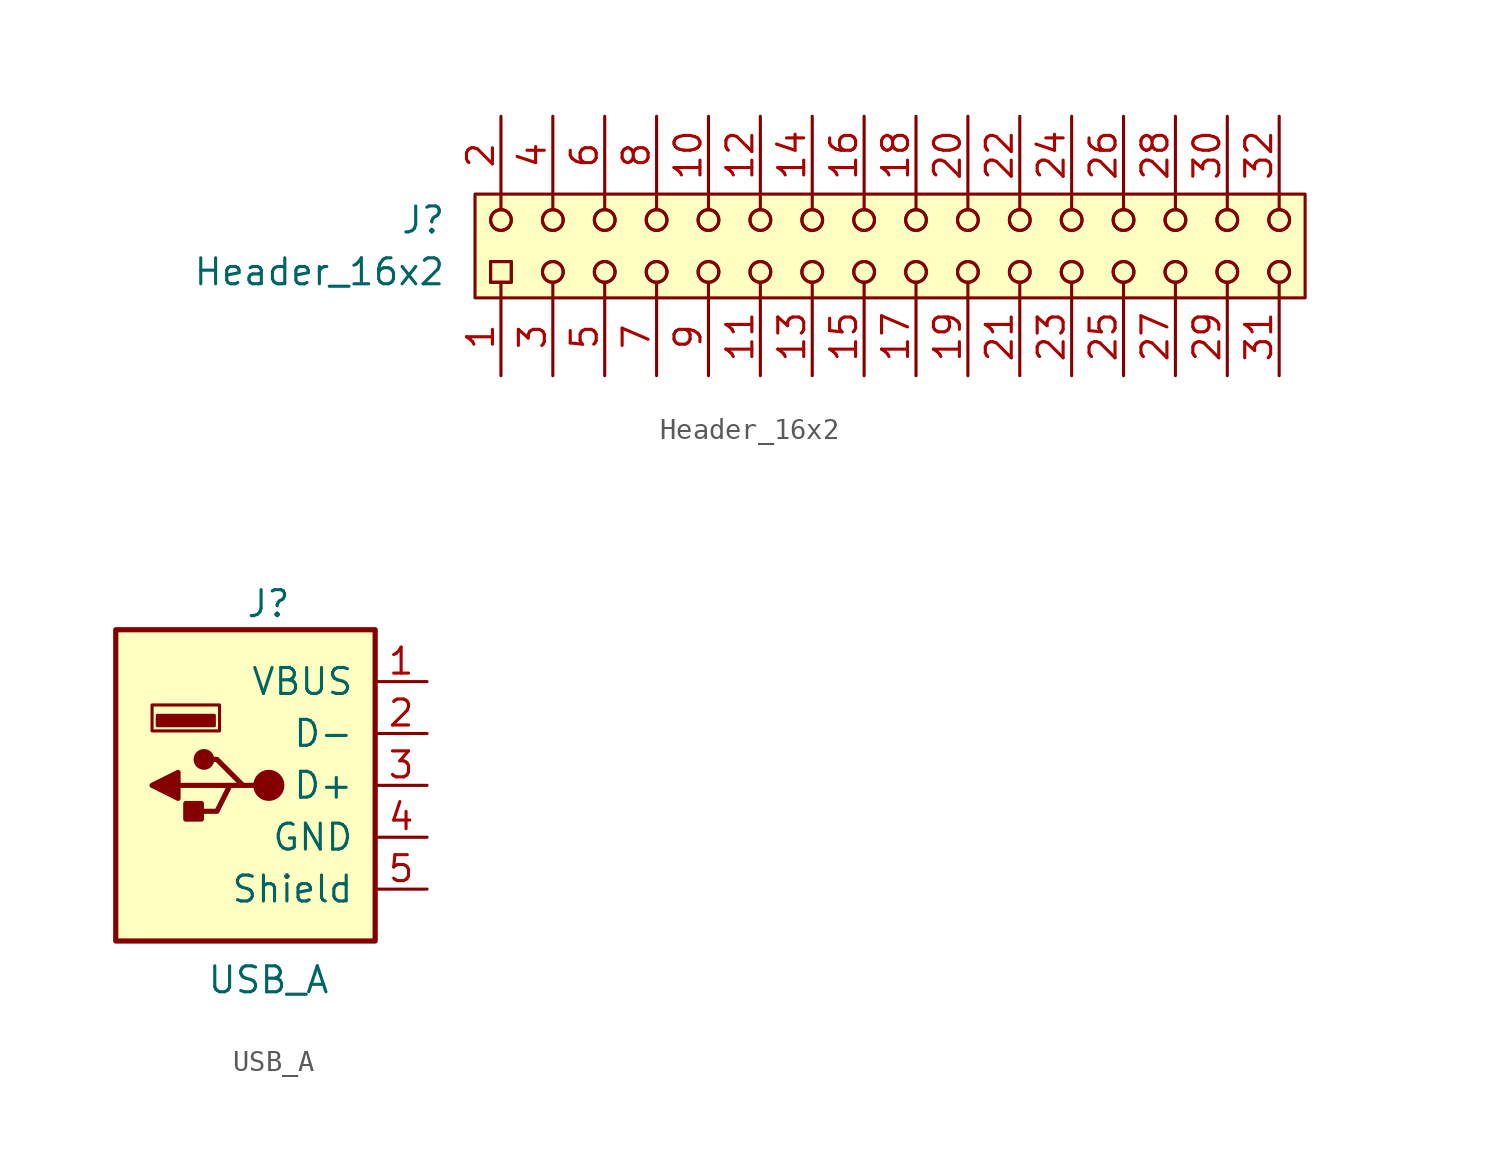
<source format=kicad_sym>
(kicad_symbol_lib
  (version 20220914)
  (generator kicad_symbol_editor)
  (symbol "Header_16x2"
    (pin_names hide)
    (property "Reference" "J"
      (at -21.59 2.54 0)
      (effects (font (size 1.27 1.27))))
    (property "Value" "Header_16x2"
      (at -26.67 0 0)
      (effects (font (size 1.27 1.27))))
    (symbol "Header_16x2_0_0"
      (pin passive line (at -17.78 -5.08 90) (length 3.81) (name "~" (effects (font (size 1.27 1.27)))) (number "1" (effects (font (size 1.27 1.27)))))
      (pin passive line (at -7.62 7.62 270) (length 3.81) (name "~" (effects (font (size 1.27 1.27)))) (number "10" (effects (font (size 1.27 1.27)))))
      (pin passive line (at -5.08 -5.08 90) (length 3.81) (name "~" (effects (font (size 1.27 1.27)))) (number "11" (effects (font (size 1.27 1.27)))))
      (pin passive line (at -5.08 7.62 270) (length 3.81) (name "~" (effects (font (size 1.27 1.27)))) (number "12" (effects (font (size 1.27 1.27)))))
      (pin passive line (at -2.54 -5.08 90) (length 3.81) (name "~" (effects (font (size 1.27 1.27)))) (number "13" (effects (font (size 1.27 1.27)))))
      (pin passive line (at -2.54 7.62 270) (length 3.81) (name "~" (effects (font (size 1.27 1.27)))) (number "14" (effects (font (size 1.27 1.27)))))
      (pin passive line (at 0 -5.08 90) (length 3.81) (name "~" (effects (font (size 1.27 1.27)))) (number "15" (effects (font (size 1.27 1.27)))))
      (pin passive line (at 0 7.62 270) (length 3.81) (name "~" (effects (font (size 1.27 1.27)))) (number "16" (effects (font (size 1.27 1.27)))))
      (pin passive line (at 2.54 -5.08 90) (length 3.81) (name "~" (effects (font (size 1.27 1.27)))) (number "17" (effects (font (size 1.27 1.27)))))
      (pin passive line (at 2.54 7.62 270) (length 3.81) (name "~" (effects (font (size 1.27 1.27)))) (number "18" (effects (font (size 1.27 1.27)))))
      (pin passive line (at 5.08 -5.08 90) (length 3.81) (name "~" (effects (font (size 1.27 1.27)))) (number "19" (effects (font (size 1.27 1.27)))))
      (pin passive line (at -17.78 7.62 270) (length 3.81) (name "~" (effects (font (size 1.27 1.27)))) (number "2" (effects (font (size 1.27 1.27)))))
      (pin passive line (at 5.08 7.62 270) (length 3.81) (name "~" (effects (font (size 1.27 1.27)))) (number "20" (effects (font (size 1.27 1.27)))))
      (pin passive line (at 7.62 -5.08 90) (length 3.81) (name "~" (effects (font (size 1.27 1.27)))) (number "21" (effects (font (size 1.27 1.27)))))
      (pin passive line (at 7.62 7.62 270) (length 3.81) (name "~" (effects (font (size 1.27 1.27)))) (number "22" (effects (font (size 1.27 1.27)))))
      (pin passive line (at 10.16 -5.08 90) (length 3.81) (name "~" (effects (font (size 1.27 1.27)))) (number "23" (effects (font (size 1.27 1.27)))))
      (pin passive line (at 10.16 7.62 270) (length 3.81) (name "~" (effects (font (size 1.27 1.27)))) (number "24" (effects (font (size 1.27 1.27)))))
      (pin passive line (at 12.7 -5.08 90) (length 3.81) (name "~" (effects (font (size 1.27 1.27)))) (number "25" (effects (font (size 1.27 1.27)))))
      (pin passive line (at 12.7 7.62 270) (length 3.81) (name "~" (effects (font (size 1.27 1.27)))) (number "26" (effects (font (size 1.27 1.27)))))
      (pin passive line (at 15.24 -5.08 90) (length 3.81) (name "~" (effects (font (size 1.27 1.27)))) (number "27" (effects (font (size 1.27 1.27)))))
      (pin passive line (at 15.24 7.62 270) (length 3.81) (name "~" (effects (font (size 1.27 1.27)))) (number "28" (effects (font (size 1.27 1.27)))))
      (pin passive line (at 17.78 -5.08 90) (length 3.81) (name "~" (effects (font (size 1.27 1.27)))) (number "29" (effects (font (size 1.27 1.27)))))
      (pin passive line (at -15.24 -5.08 90) (length 3.81) (name "~" (effects (font (size 1.27 1.27)))) (number "3" (effects (font (size 1.27 1.27)))))
      (pin passive line (at 17.78 7.62 270) (length 3.81) (name "~" (effects (font (size 1.27 1.27)))) (number "30" (effects (font (size 1.27 1.27)))))
      (pin passive line (at 20.32 -5.08 90) (length 3.81) (name "~" (effects (font (size 1.27 1.27)))) (number "31" (effects (font (size 1.27 1.27)))))
      (pin passive line (at 20.32 7.62 270) (length 3.81) (name "~" (effects (font (size 1.27 1.27)))) (number "32" (effects (font (size 1.27 1.27)))))
      (pin passive line (at -15.24 7.62 270) (length 3.81) (name "~" (effects (font (size 1.27 1.27)))) (number "4" (effects (font (size 1.27 1.27)))))
      (pin passive line (at -12.7 -5.08 90) (length 3.81) (name "~" (effects (font (size 1.27 1.27)))) (number "5" (effects (font (size 1.27 1.27)))))
      (pin passive line (at -12.7 7.62 270) (length 3.81) (name "~" (effects (font (size 1.27 1.27)))) (number "6" (effects (font (size 1.27 1.27)))))
      (pin passive line (at -10.16 -5.08 90) (length 3.81) (name "~" (effects (font (size 1.27 1.27)))) (number "7" (effects (font (size 1.27 1.27)))))
      (pin passive line (at -10.16 7.62 270) (length 3.81) (name "~" (effects (font (size 1.27 1.27)))) (number "8" (effects (font (size 1.27 1.27)))))
      (pin passive line (at -7.62 -5.08 90) (length 3.81) (name "~" (effects (font (size 1.27 1.27)))) (number "9" (effects (font (size 1.27 1.27))))))
    (symbol "Header_16x2_0_1"
      (rectangle (start -19.05 3.81) (end 21.59 -1.27) (stroke (width 0.152) (type default)) (fill (type background)))
      (rectangle (start -18.288 0.508) (end -17.272 -0.508) (stroke (width 0) (type default)) (fill (type none)))
      (rectangle (start -18.288 0.508) (end -17.272 -0.508) (stroke (width 0) (type default)) (fill (type none)))
      (circle (center -17.78 2.54) (radius 0.508) (stroke (width 0) (type default)) (fill (type none)))
      (circle (center -17.78 2.54) (radius 0.508) (stroke (width 0) (type default)) (fill (type none)))
      (circle (center -15.24 0) (radius 0.508) (stroke (width 0) (type default)) (fill (type none)))
      (circle (center -15.24 0) (radius 0.508) (stroke (width 0) (type default)) (fill (type none)))
      (circle (center -15.24 2.54) (radius 0.508) (stroke (width 0) (type default)) (fill (type none)))
      (circle (center -15.24 2.54) (radius 0.508) (stroke (width 0) (type default)) (fill (type none)))
      (circle (center -12.7 0) (radius 0.508) (stroke (width 0) (type default)) (fill (type none)))
      (circle (center -12.7 0) (radius 0.508) (stroke (width 0) (type default)) (fill (type none)))
      (circle (center -12.7 2.54) (radius 0.508) (stroke (width 0) (type default)) (fill (type none)))
      (circle (center -12.7 2.54) (radius 0.508) (stroke (width 0) (type default)) (fill (type none)))
      (circle (center -10.16 0) (radius 0.508) (stroke (width 0) (type default)) (fill (type none)))
      (circle (center -10.16 0) (radius 0.508) (stroke (width 0) (type default)) (fill (type none)))
      (circle (center -10.16 2.54) (radius 0.508) (stroke (width 0) (type default)) (fill (type none)))
      (circle (center -10.16 2.54) (radius 0.508) (stroke (width 0) (type default)) (fill (type none)))
      (circle (center -7.62 0) (radius 0.508) (stroke (width 0) (type default)) (fill (type none)))
      (circle (center -7.62 0) (radius 0.508) (stroke (width 0) (type default)) (fill (type none)))
      (circle (center -7.62 2.54) (radius 0.508) (stroke (width 0) (type default)) (fill (type none)))
      (circle (center -7.62 2.54) (radius 0.508) (stroke (width 0) (type default)) (fill (type none)))
      (circle (center -5.08 0) (radius 0.508) (stroke (width 0) (type default)) (fill (type none)))
      (circle (center -5.08 0) (radius 0.508) (stroke (width 0) (type default)) (fill (type none)))
      (circle (center -5.08 2.54) (radius 0.508) (stroke (width 0) (type default)) (fill (type none)))
      (circle (center -5.08 2.54) (radius 0.508) (stroke (width 0) (type default)) (fill (type none)))
      (circle (center -2.54 0) (radius 0.508) (stroke (width 0) (type default)) (fill (type none)))
      (circle (center -2.54 0) (radius 0.508) (stroke (width 0) (type default)) (fill (type none)))
      (circle (center -2.54 2.54) (radius 0.508) (stroke (width 0) (type default)) (fill (type none)))
      (circle (center -2.54 2.54) (radius 0.508) (stroke (width 0) (type default)) (fill (type none)))
      (polyline (pts (xy -17.78 -0.508) (xy -17.78 -1.27)) (stroke (width 0) (type default)) (fill (type none)))
      (polyline (pts (xy -17.78 3.048) (xy -17.78 3.81)) (stroke (width 0) (type default)) (fill (type none)))
      (polyline (pts (xy -15.24 -0.508) (xy -15.24 -1.27)) (stroke (width 0) (type default)) (fill (type none)))
      (polyline (pts (xy -15.24 3.048) (xy -15.24 3.81)) (stroke (width 0) (type default)) (fill (type none)))
      (polyline (pts (xy -12.7 -0.508) (xy -12.7 -1.27)) (stroke (width 0) (type default)) (fill (type none)))
      (polyline (pts (xy -12.7 3.048) (xy -12.7 3.81)) (stroke (width 0) (type default)) (fill (type none)))
      (polyline (pts (xy -10.16 -0.508) (xy -10.16 -1.27)) (stroke (width 0) (type default)) (fill (type none)))
      (polyline (pts (xy -10.16 3.048) (xy -10.16 3.81)) (stroke (width 0) (type default)) (fill (type none)))
      (polyline (pts (xy -7.62 -0.508) (xy -7.62 -1.27)) (stroke (width 0) (type default)) (fill (type none)))
      (polyline (pts (xy -7.62 3.048) (xy -7.62 3.81)) (stroke (width 0) (type default)) (fill (type none)))
      (polyline (pts (xy -5.08 -0.508) (xy -5.08 -1.27)) (stroke (width 0) (type default)) (fill (type none)))
      (polyline (pts (xy -5.08 3.048) (xy -5.08 3.81)) (stroke (width 0) (type default)) (fill (type none)))
      (polyline (pts (xy -2.54 -0.508) (xy -2.54 -1.27)) (stroke (width 0) (type default)) (fill (type none)))
      (polyline (pts (xy -2.54 3.048) (xy -2.54 3.81)) (stroke (width 0) (type default)) (fill (type none)))
      (polyline (pts (xy 0 -0.508) (xy 0 -1.27)) (stroke (width 0) (type default)) (fill (type none)))
      (polyline (pts (xy 0 3.048) (xy 0 3.81)) (stroke (width 0) (type default)) (fill (type none)))
      (polyline (pts (xy 2.54 -0.508) (xy 2.54 -1.27)) (stroke (width 0) (type default)) (fill (type none)))
      (polyline (pts (xy 2.54 3.048) (xy 2.54 3.81)) (stroke (width 0) (type default)) (fill (type none)))
      (polyline (pts (xy 5.08 -0.508) (xy 5.08 -1.27)) (stroke (width 0) (type default)) (fill (type none)))
      (polyline (pts (xy 5.08 3.048) (xy 5.08 3.81)) (stroke (width 0) (type default)) (fill (type none)))
      (polyline (pts (xy 7.62 -0.508) (xy 7.62 -1.27)) (stroke (width 0) (type default)) (fill (type none)))
      (polyline (pts (xy 7.62 3.048) (xy 7.62 3.81)) (stroke (width 0) (type default)) (fill (type none)))
      (polyline (pts (xy 10.16 -0.508) (xy 10.16 -1.27)) (stroke (width 0) (type default)) (fill (type none)))
      (polyline (pts (xy 10.16 3.048) (xy 10.16 3.81)) (stroke (width 0) (type default)) (fill (type none)))
      (polyline (pts (xy 12.7 -0.508) (xy 12.7 -1.27)) (stroke (width 0) (type default)) (fill (type none)))
      (polyline (pts (xy 12.7 3.048) (xy 12.7 3.81)) (stroke (width 0) (type default)) (fill (type none)))
      (polyline (pts (xy 15.24 -0.508) (xy 15.24 -1.27)) (stroke (width 0) (type default)) (fill (type none)))
      (polyline (pts (xy 15.24 3.048) (xy 15.24 3.81)) (stroke (width 0) (type default)) (fill (type none)))
      (polyline (pts (xy 17.78 -0.508) (xy 17.78 -1.27)) (stroke (width 0) (type default)) (fill (type none)))
      (polyline (pts (xy 17.78 3.048) (xy 17.78 3.81)) (stroke (width 0) (type default)) (fill (type none)))
      (polyline (pts (xy 20.32 -0.508) (xy 20.32 -1.27)) (stroke (width 0) (type default)) (fill (type none)))
      (polyline (pts (xy 20.32 3.048) (xy 20.32 3.81)) (stroke (width 0) (type default)) (fill (type none)))
      (circle (center 0 0) (radius 0.508) (stroke (width 0) (type default)) (fill (type none)))
      (circle (center 0 0) (radius 0.508) (stroke (width 0) (type default)) (fill (type none)))
      (circle (center 0 2.54) (radius 0.508) (stroke (width 0) (type default)) (fill (type none)))
      (circle (center 0 2.54) (radius 0.508) (stroke (width 0) (type default)) (fill (type none)))
      (circle (center 2.54 0) (radius 0.508) (stroke (width 0) (type default)) (fill (type none)))
      (circle (center 2.54 0) (radius 0.508) (stroke (width 0) (type default)) (fill (type none)))
      (circle (center 2.54 2.54) (radius 0.508) (stroke (width 0) (type default)) (fill (type none)))
      (circle (center 2.54 2.54) (radius 0.508) (stroke (width 0) (type default)) (fill (type none)))
      (circle (center 5.08 0) (radius 0.508) (stroke (width 0) (type default)) (fill (type none)))
      (circle (center 5.08 0) (radius 0.508) (stroke (width 0) (type default)) (fill (type none)))
      (circle (center 5.08 2.54) (radius 0.508) (stroke (width 0) (type default)) (fill (type none)))
      (circle (center 5.08 2.54) (radius 0.508) (stroke (width 0) (type default)) (fill (type none)))
      (circle (center 7.62 0) (radius 0.508) (stroke (width 0) (type default)) (fill (type none)))
      (circle (center 7.62 0) (radius 0.508) (stroke (width 0) (type default)) (fill (type none)))
      (circle (center 7.62 2.54) (radius 0.508) (stroke (width 0) (type default)) (fill (type none)))
      (circle (center 7.62 2.54) (radius 0.508) (stroke (width 0) (type default)) (fill (type none)))
      (circle (center 10.16 0) (radius 0.508) (stroke (width 0) (type default)) (fill (type none)))
      (circle (center 10.16 0) (radius 0.508) (stroke (width 0) (type default)) (fill (type none)))
      (circle (center 10.16 2.54) (radius 0.508) (stroke (width 0) (type default)) (fill (type none)))
      (circle (center 10.16 2.54) (radius 0.508) (stroke (width 0) (type default)) (fill (type none)))
      (circle (center 12.7 0) (radius 0.508) (stroke (width 0) (type default)) (fill (type none)))
      (circle (center 12.7 0) (radius 0.508) (stroke (width 0) (type default)) (fill (type none)))
      (circle (center 12.7 2.54) (radius 0.508) (stroke (width 0) (type default)) (fill (type none)))
      (circle (center 12.7 2.54) (radius 0.508) (stroke (width 0) (type default)) (fill (type none)))
      (circle (center 15.24 0) (radius 0.508) (stroke (width 0) (type default)) (fill (type none)))
      (circle (center 15.24 0) (radius 0.508) (stroke (width 0) (type default)) (fill (type none)))
      (circle (center 15.24 2.54) (radius 0.508) (stroke (width 0) (type default)) (fill (type none)))
      (circle (center 15.24 2.54) (radius 0.508) (stroke (width 0) (type default)) (fill (type none)))
      (circle (center 17.78 0) (radius 0.508) (stroke (width 0) (type default)) (fill (type none)))
      (circle (center 17.78 0) (radius 0.508) (stroke (width 0) (type default)) (fill (type none)))
      (circle (center 17.78 2.54) (radius 0.508) (stroke (width 0) (type default)) (fill (type none)))
      (circle (center 17.78 2.54) (radius 0.508) (stroke (width 0) (type default)) (fill (type none)))
      (circle (center 20.32 0) (radius 0.508) (stroke (width 0) (type default)) (fill (type none)))
      (circle (center 20.32 0) (radius 0.508) (stroke (width 0) (type default)) (fill (type none)))
      (circle (center 20.32 2.54) (radius 0.508) (stroke (width 0) (type default)) (fill (type none)))
      (circle (center 20.32 2.54) (radius 0.508) (stroke (width 0) (type default)) (fill (type none)))))
  (symbol "USB_A"
    (pin_names
      (offset 1.016))
    (property "Reference" "J"
      (at -1.27 8.89 0)
      (effects (font (size 1.27 1.27)) (justify left)))
    (property "Value" "USB_A"
      (at -3.175 -9.525 0)
      (effects (font (size 1.27 1.27)) (justify left)))
    (symbol "USB_A_0_1"
      (rectangle (start -7.62 -7.62) (end 5.08 7.62) (stroke (width 0.254) (type default)) (fill (type background)))
      (rectangle (start -4.191 -0.889) (end -3.429 -1.651) (stroke (width 0.254) (type default)) (fill (type outline)))
      (circle (center -3.302 1.27) (radius 0.381) (stroke (width 0.254) (type default)) (fill (type outline)))
      (rectangle (start -2.794 2.921) (end -5.588 3.429) (stroke (width 0) (type default)) (fill (type outline)))
      (rectangle (start -2.54 2.667) (end -5.842 3.937) (stroke (width 0) (type default)) (fill (type none)))
      (circle (center -0.127 0) (radius 0.635) (stroke (width 0.254) (type default)) (fill (type outline)))
      (polyline (pts (xy -4.572 0.635) (xy -4.572 -0.635) (xy -5.842 0) (xy -4.572 0.635)) (stroke (width 0.254) (type default)) (fill (type outline)))
      (polyline (pts (xy -1.397 0) (xy -2.032 0) (xy -2.667 -1.27) (xy -3.937 -1.27)) (stroke (width 0.254) (type default)) (fill (type none)))
      (polyline (pts (xy -0.762 0) (xy -1.397 0) (xy -2.667 1.27) (xy -3.302 1.27)) (stroke (width 0.254) (type default)) (fill (type none))))
    (symbol "USB_A_1_1"
      (polyline (pts (xy -2.032 0) (xy -4.572 0)) (stroke (width 0.254) (type default)) (fill (type none)))
      (pin power_in line (at 7.62 5.08 180) (length 2.54) (name "VBUS" (effects (font (size 1.27 1.27)))) (number "1" (effects (font (size 1.27 1.27)))))
      (pin passive line (at 7.62 2.54 180) (length 2.54) (name "D-" (effects (font (size 1.27 1.27)))) (number "2" (effects (font (size 1.27 1.27)))))
      (pin passive line (at 7.62 0 180) (length 2.54) (name "D+" (effects (font (size 1.27 1.27)))) (number "3" (effects (font (size 1.27 1.27)))))
      (pin power_in line (at 7.62 -2.54 180) (length 2.54) (name "GND" (effects (font (size 1.27 1.27)))) (number "4" (effects (font (size 1.27 1.27)))))
      (pin passive line (at 7.62 -5.08 180) (length 2.54) (name "Shield" (effects (font (size 1.27 1.27)))) (number "5" (effects (font (size 1.27 1.27))))))))
</source>
